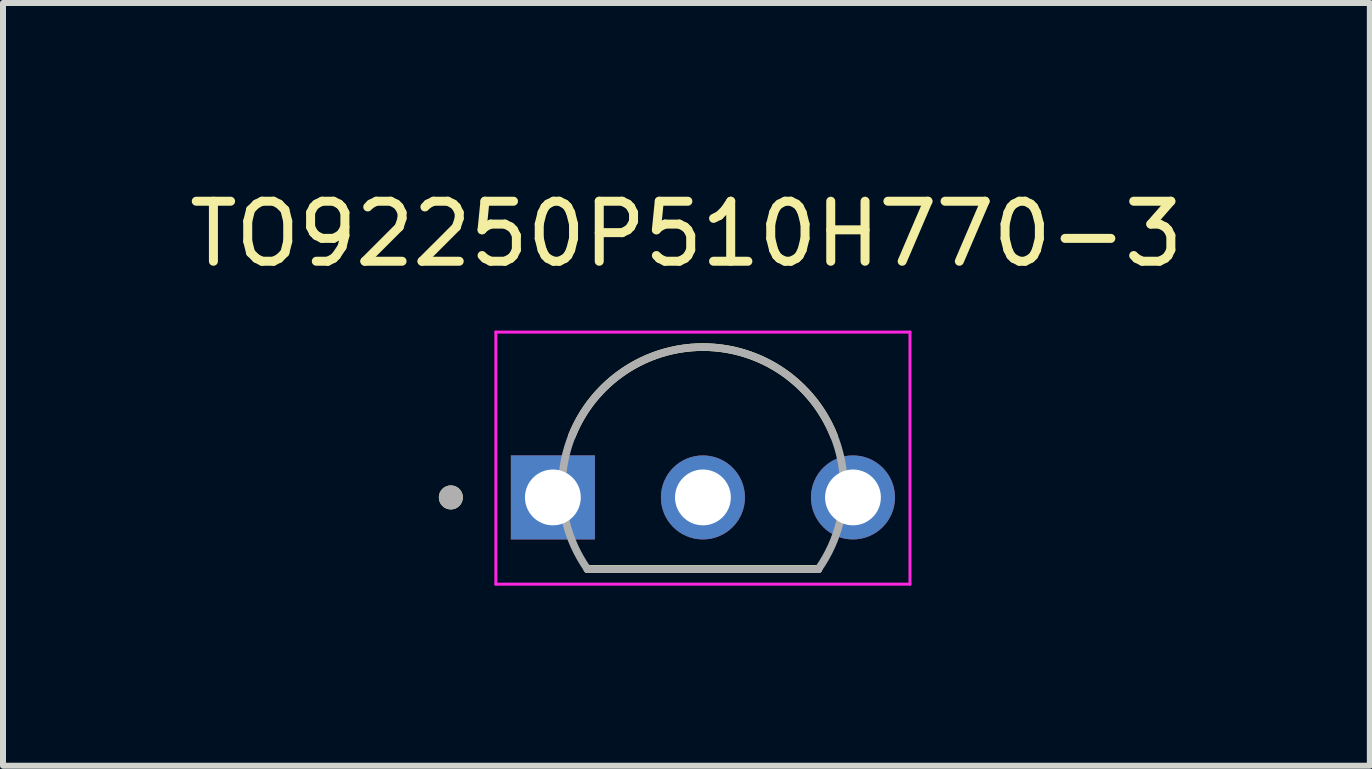
<source format=kicad_pcb>
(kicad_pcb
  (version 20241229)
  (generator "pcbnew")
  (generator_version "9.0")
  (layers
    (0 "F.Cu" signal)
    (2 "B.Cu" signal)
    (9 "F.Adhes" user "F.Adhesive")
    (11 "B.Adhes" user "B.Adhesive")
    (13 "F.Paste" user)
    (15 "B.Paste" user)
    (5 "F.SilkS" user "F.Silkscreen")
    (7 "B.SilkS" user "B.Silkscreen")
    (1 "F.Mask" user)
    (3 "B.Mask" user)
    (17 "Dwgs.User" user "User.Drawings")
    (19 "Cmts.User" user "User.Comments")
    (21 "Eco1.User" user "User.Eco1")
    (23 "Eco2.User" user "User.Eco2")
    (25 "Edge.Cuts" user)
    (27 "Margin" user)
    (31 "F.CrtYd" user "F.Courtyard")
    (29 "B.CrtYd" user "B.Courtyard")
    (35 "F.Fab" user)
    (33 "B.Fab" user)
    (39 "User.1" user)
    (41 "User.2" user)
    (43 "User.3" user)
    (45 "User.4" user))
  (footprint "TO92250P510H770-3"
    (layer "F.Cu")
    (at 8.662 4.583)
    (property "Reference" "TO92250P510H770-3" (at -0.275 -3.735 0) (layer "F.SilkS") (effects (font (size 1 1) (thickness 0.15))))
    (attr through_hole)
    (fp_line (start -1.924 1.85) (end 1.924 1.85) (stroke (width 0.127) (type solid)) (layer "F.SilkS"))
    (fp_line (start -1.924 1.85) (end 1.924 1.85) (stroke (width 0.127) (type solid)) (layer "F.SilkS"))
    (fp_arc (start -2.18501 -0.365001) (mid 0 -1.850002) (end 2.18501 -0.365) (stroke (width 0.127) (type solid)) (layer "F.SilkS"))
    (fp_circle (center -4.2 0.655) (end -4.1 0.655) (stroke (width 0.2) (type solid)) (fill no) (layer "F.SilkS"))
    (fp_line (start -3.45 -2.1) (end -3.45 2.1) (stroke (width 0.05) (type solid)) (layer "F.CrtYd"))
    (fp_line (start -3.45 2.1) (end 3.45 2.1) (stroke (width 0.05) (type solid)) (layer "F.CrtYd"))
    (fp_line (start 3.45 -2.1) (end -3.45 -2.1) (stroke (width 0.05) (type solid)) (layer "F.CrtYd"))
    (fp_line (start 3.45 2.1) (end 3.45 -2.1) (stroke (width 0.05) (type solid)) (layer "F.CrtYd"))
    (fp_line (start -1.924 1.85) (end 1.924 1.85) (stroke (width 0.127) (type solid)) (layer "F.Fab"))
    (fp_arc (start -1.92354 1.849999) (mid 0 -1.850012) (end 1.92354 1.85) (stroke (width 0.127) (type solid)) (layer "F.Fab"))
    (fp_circle (center -4.2 0.655) (end -4.1 0.655) (stroke (width 0.2) (type solid)) (fill no) (layer "F.Fab"))
    (pad "1" thru_hole rect (at -2.5 0.655) (size 1.4 1.4) (drill 0.93) (layers "*.Cu" "*.Mask"))
    (pad "2" thru_hole circle (at 0 0.655) (size 1.4 1.4) (drill 0.93) (layers "*.Cu" "*.Mask"))
    (pad "3" thru_hole circle (at 2.5 0.655) (size 1.4 1.4) (drill 0.93) (layers "*.Cu" "*.Mask")))
  (gr_rect
    (start -3 -3)
    (end 19.774 9.708)
    (stroke (width 0.1) (type default))
    (fill no)
    (layer "Edge.Cuts")))
</source>
